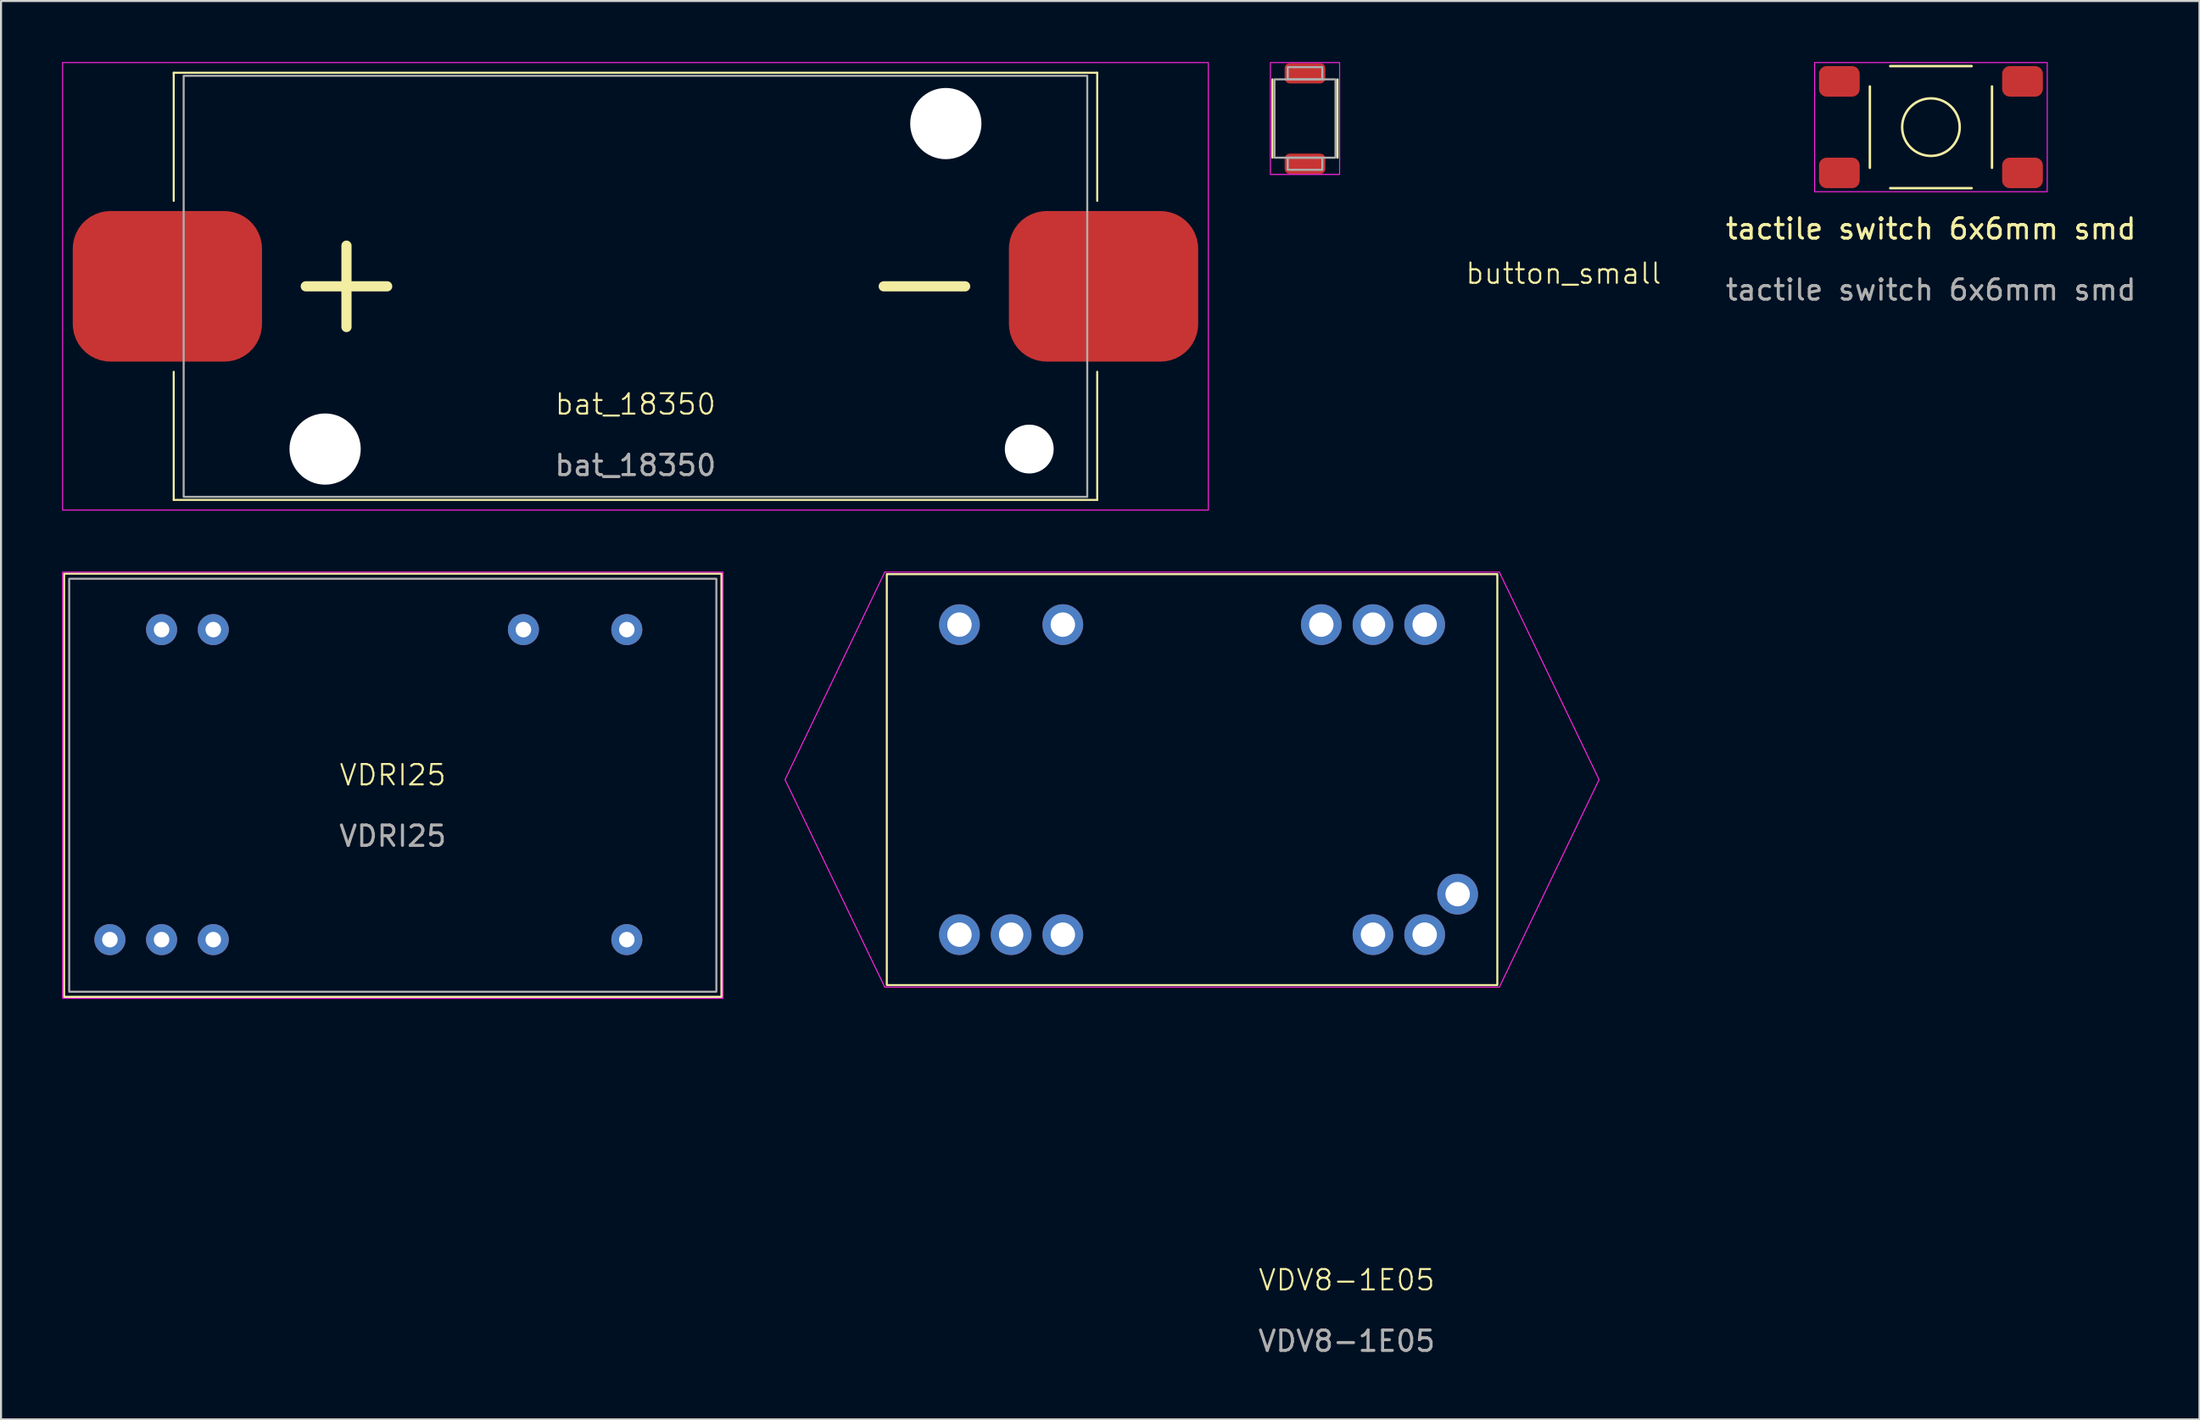
<source format=kicad_pcb>
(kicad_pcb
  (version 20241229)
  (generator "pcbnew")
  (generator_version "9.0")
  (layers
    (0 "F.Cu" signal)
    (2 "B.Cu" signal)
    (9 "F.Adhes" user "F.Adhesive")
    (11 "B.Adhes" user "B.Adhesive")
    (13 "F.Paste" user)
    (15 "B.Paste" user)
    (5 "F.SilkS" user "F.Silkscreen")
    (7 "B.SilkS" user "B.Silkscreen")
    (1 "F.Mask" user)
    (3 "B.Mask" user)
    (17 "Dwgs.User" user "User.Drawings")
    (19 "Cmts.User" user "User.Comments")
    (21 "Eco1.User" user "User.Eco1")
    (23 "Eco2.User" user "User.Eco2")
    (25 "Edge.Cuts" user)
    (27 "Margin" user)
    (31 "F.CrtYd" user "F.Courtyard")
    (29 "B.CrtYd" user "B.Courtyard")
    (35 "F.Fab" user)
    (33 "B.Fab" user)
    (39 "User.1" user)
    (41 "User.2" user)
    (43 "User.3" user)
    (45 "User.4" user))
  (footprint "VDV8-1E05"
    (layer "F.Cu")
    (at 55.525 35.275)
    (property "Reference" "VDV8-1E05" (at 7.6 24.6 0) (unlocked yes) (layer "F.SilkS") (effects (font (size 1 1) (thickness 0.1))))
    (attr through_hole)
    (fp_rect (start -15 10.1) (end 15 -10.1) (stroke (width 0.1) (type default)) (fill no) (layer "F.SilkS"))
    (fp_line (start -20 0) (end -15.1 10.2) (stroke (width 0.05) (type default)) (layer "F.CrtYd"))
    (fp_line (start -15.1 -10.2) (end -20 0) (stroke (width 0.05) (type default)) (layer "F.CrtYd"))
    (fp_line (start -15.1 10.2) (end 15.1 10.2) (stroke (width 0.05) (type default)) (layer "F.CrtYd"))
    (fp_line (start 15.1 -10.2) (end -15.1 -10.2) (stroke (width 0.05) (type default)) (layer "F.CrtYd"))
    (fp_line (start 15.1 -10.2) (end 20 0) (stroke (width 0.05) (type default)) (layer "F.CrtYd"))
    (fp_line (start 20 0) (end 15.1 10.2) (stroke (width 0.05) (type default)) (layer "F.CrtYd"))
    (fp_text user "${REFERENCE}" (at 7.6 27.6 0) (unlocked yes) (layer "F.Fab") (effects (font (size 1 1) (thickness 0.15))))
    (pad "2" thru_hole circle (at 11.43 -7.62) (size 2 2) (drill 1.2) (layers "*.Cu" "*.Mask"))
    (pad "3" thru_hole circle (at 8.89 -7.62) (size 2 2) (drill 1.2) (layers "*.Cu" "*.Mask"))
    (pad "4" thru_hole circle (at 6.35 -7.62) (size 2 2) (drill 1.2) (layers "*.Cu" "*.Mask"))
    (pad "9" thru_hole circle (at -6.35 -7.62) (size 2 2) (drill 1.2) (layers "*.Cu" "*.Mask"))
    (pad "11" thru_hole circle (at -11.43 -7.62) (size 2 2) (drill 1.2) (layers "*.Cu" "*.Mask"))
    (pad "14" thru_hole circle (at -11.43 7.62) (size 2 2) (drill 1.2) (layers "*.Cu" "*.Mask"))
    (pad "15" thru_hole circle (at -8.89 7.62) (size 2 2) (drill 1.2) (layers "*.Cu" "*.Mask"))
    (pad "16" thru_hole circle (at -6.35 7.62) (size 2 2) (drill 1.2) (layers "*.Cu" "*.Mask"))
    (pad "22" thru_hole circle (at 8.89 7.62) (size 2 2) (drill 1.2) (layers "*.Cu" "*.Mask"))
    (pad "23" thru_hole circle (at 11.43 7.62) (size 2 2) (drill 1.2) (layers "*.Cu" "*.Mask"))
    (pad "24" thru_hole circle (at 13.05 5.63) (size 2 2) (drill 1.2) (layers "*.Cu" "*.Mask")))
  (footprint "bat_18350"
    (layer "F.Cu")
    (at 28.175 11.025)
    (property "Reference" "bat_18350" (at 0 5.8 0) (unlocked yes) (layer "F.SilkS") (effects (font (size 1 1) (thickness 0.1))))
    (attr smd)
    (fp_line (start -22.689 -10.5) (end -22.689 -4.2) (stroke (width 0.1) (type default)) (layer "F.SilkS"))
    (fp_line (start -22.689 -10.5) (end 22.689 -10.5) (stroke (width 0.1) (type default)) (layer "F.SilkS"))
    (fp_line (start -22.689 4.2) (end -22.689 10.5) (stroke (width 0.1) (type default)) (layer "F.SilkS"))
    (fp_line (start -16.2 0) (end -12.2 0) (stroke (width 0.5) (type default)) (layer "F.SilkS"))
    (fp_line (start -14.2 2) (end -14.2 -2) (stroke (width 0.5) (type default)) (layer "F.SilkS"))
    (fp_line (start 12.2 0) (end 16.2 0) (stroke (width 0.5) (type default)) (layer "F.SilkS"))
    (fp_line (start 22.689 -10.5) (end 22.689 -4.2) (stroke (width 0.1) (type default)) (layer "F.SilkS"))
    (fp_line (start 22.689 10.5) (end -22.689 10.5) (stroke (width 0.1) (type default)) (layer "F.SilkS"))
    (fp_line (start 22.689 10.5) (end 22.689 4.2) (stroke (width 0.1) (type default)) (layer "F.SilkS"))
    (fp_rect (start -28.15 -11) (end 28.15 11) (stroke (width 0.05) (type default)) (fill no) (layer "F.CrtYd"))
    (fp_rect (start -22.2 -10.35) (end 22.2 10.35) (stroke (width 0.1) (type default)) (fill no) (layer "F.Fab"))
    (fp_text user "${REFERENCE}" (at 0 8.8 0) (unlocked yes) (layer "F.Fab") (effects (font (size 1 1) (thickness 0.15))))
    (pad "" np_thru_hole circle (at -15.25 8 90) (size 3.5 3.5) (drill 3.5) (layers "*.Cu" "*.Mask"))
    (pad "" np_thru_hole circle (at 15.25 -8 90) (size 3.5 3.5) (drill 3.5) (layers "*.Cu" "*.Mask"))
    (pad "" np_thru_hole circle (at 19.35 8 90) (size 2.4 2.4) (drill 2.4) (layers "*.Cu" "*.Mask"))
    (pad "1" smd roundrect (at -23 0 90) (size 7.4 9.3) (layers "F.Cu" "F.Mask" "F.Paste") (roundrect_rratio 0.25))
    (pad "2" smd roundrect (at 23 0 90) (size 7.4 9.3) (layers "F.Cu" "F.Mask" "F.Paste") (roundrect_rratio 0.25)))
  (footprint "tactile switch 6x6mm smd"
    (layer "F.Cu")
    (at 91.831 3.2)
    (property "Reference" "tactile switch 6x6mm smd" (at 0 5 0) (unlocked yes) (layer "F.SilkS") (effects (font (size 1 1) (thickness 0.15))))
    (attr smd)
    (fp_line (start -3 2) (end -3 -2) (stroke (width 0.12) (type default)) (layer "F.SilkS"))
    (fp_line (start -2 -3) (end 2 -3) (stroke (width 0.12) (type default)) (layer "F.SilkS"))
    (fp_line (start 2 3) (end -2 3) (stroke (width 0.12) (type default)) (layer "F.SilkS"))
    (fp_line (start 3 -2) (end 3 2) (stroke (width 0.12) (type default)) (layer "F.SilkS"))
    (fp_circle (center 0 0) (end 1 -1) (stroke (width 0.12) (type default)) (fill no) (layer "F.SilkS"))
    (fp_rect (start -5.715 -3.175) (end 5.715 3.175) (stroke (width 0.05) (type default)) (fill no) (layer "F.CrtYd"))
    (fp_text user "${REFERENCE}" (at 0 8 0) (unlocked yes) (layer "F.Fab") (effects (font (size 1 1) (thickness 0.15))))
    (pad "1" smd roundrect (at -4.5 -2.25) (size 2 1.5) (layers "F.Cu" "F.Mask" "F.Paste") (roundrect_rratio 0.25))
    (pad "1" smd roundrect (at 4.5 -2.25) (size 2 1.5) (layers "F.Cu" "F.Mask" "F.Paste") (roundrect_rratio 0.25))
    (pad "2" smd roundrect (at -4.5 2.25) (size 2 1.5) (layers "F.Cu" "F.Mask" "F.Paste") (roundrect_rratio 0.25))
    (pad "2" smd roundrect (at 4.5 2.25) (size 2 1.5) (layers "F.Cu" "F.Mask" "F.Paste") (roundrect_rratio 0.25)))
  (footprint "VDRI25"
    (layer "F.Cu")
    (at 16.25 35.55)
    (property "Reference" "VDRI25" (at 0 -0.5 0) (unlocked yes) (layer "F.SilkS") (effects (font (size 1 1) (thickness 0.1))))
    (attr through_hole)
    (fp_rect (start -16.15 -10.4) (end 16.15 10.4) (stroke (width 0.1) (type default)) (fill no) (layer "F.SilkS"))
    (fp_rect (start -16.225 -10.475) (end 16.225 10.475) (stroke (width 0.05) (type default)) (fill no) (layer "F.CrtYd"))
    (fp_rect (start -15.9 -10.15) (end 15.9 10.15) (stroke (width 0.1) (type default)) (fill no) (layer "F.Fab"))
    (fp_text user "${REFERENCE}" (at 0 2.5 0) (unlocked yes) (layer "F.Fab") (effects (font (size 1 1) (thickness 0.15))))
    (pad "1" thru_hole circle (at -13.9 7.59) (size 1.524 1.524) (drill 0.762) (layers "*.Cu" "*.Mask"))
    (pad "2" thru_hole circle (at -11.36 7.59) (size 1.524 1.524) (drill 0.762) (layers "*.Cu" "*.Mask"))
    (pad "3" thru_hole circle (at -8.82 7.59) (size 1.524 1.524) (drill 0.762) (layers "*.Cu" "*.Mask"))
    (pad "11" thru_hole circle (at 11.5 7.59) (size 1.524 1.524) (drill 0.762) (layers "*.Cu" "*.Mask"))
    (pad "14" thru_hole circle (at 11.5 -7.65) (size 1.524 1.524) (drill 0.762) (layers "*.Cu" "*.Mask"))
    (pad "16" thru_hole circle (at 6.42 -7.65) (size 1.524 1.524) (drill 0.762) (layers "*.Cu" "*.Mask"))
    (pad "22" thru_hole circle (at -8.82 -7.65) (size 1.524 1.524) (drill 0.762) (layers "*.Cu" "*.Mask"))
    (pad "23" thru_hole circle (at -11.36 -7.65) (size 1.524 1.524) (drill 0.762) (layers "*.Cu" "*.Mask")))
  (footprint "button_small"
    (layer "F.Cu")
    (at 61.075 2.775)
    (property "Reference" "button_small" (at 12.7 7.62 0) (unlocked yes) (layer "F.SilkS") (effects (font (size 1 1) (thickness 0.1))))
    (attr smd)
    (fp_line (start -1.6 -1.925) (end -1.6 1.925) (stroke (width 0.1) (type default)) (layer "F.SilkS"))
    (fp_line (start 1.6 -1.925) (end 1.6 1.925) (stroke (width 0.1) (type default)) (layer "F.SilkS"))
    (fp_rect (start -1.7 -2.75) (end 1.7 2.75) (stroke (width 0.05) (type default)) (fill no) (layer "F.CrtYd"))
    (fp_rect (start 0.85 -1.925) (end -0.85 -2.525) (stroke (width 0.1) (type default)) (fill no) (layer "F.Fab"))
    (fp_rect (start 0.85 2.525) (end -0.85 1.925) (stroke (width 0.1) (type default)) (fill no) (layer "F.Fab"))
    (fp_rect (start 1.5 1.925) (end -1.5 -1.925) (stroke (width 0.1) (type default)) (fill no) (layer "F.Fab"))
    (pad "1" smd roundrect (at 0 -2.225) (size 2 1) (layers "F.Cu" "F.Mask" "F.Paste") (roundrect_rratio 0.25))
    (pad "2" smd roundrect (at 0 2.225) (size 2 1) (layers "F.Cu" "F.Mask" "F.Paste") (roundrect_rratio 0.25)))
  (gr_rect
    (start -3 -3)
    (end 105.027 66.723)
    (stroke (width 0.1) (type default))
    (fill no)
    (layer "Edge.Cuts")))
</source>
